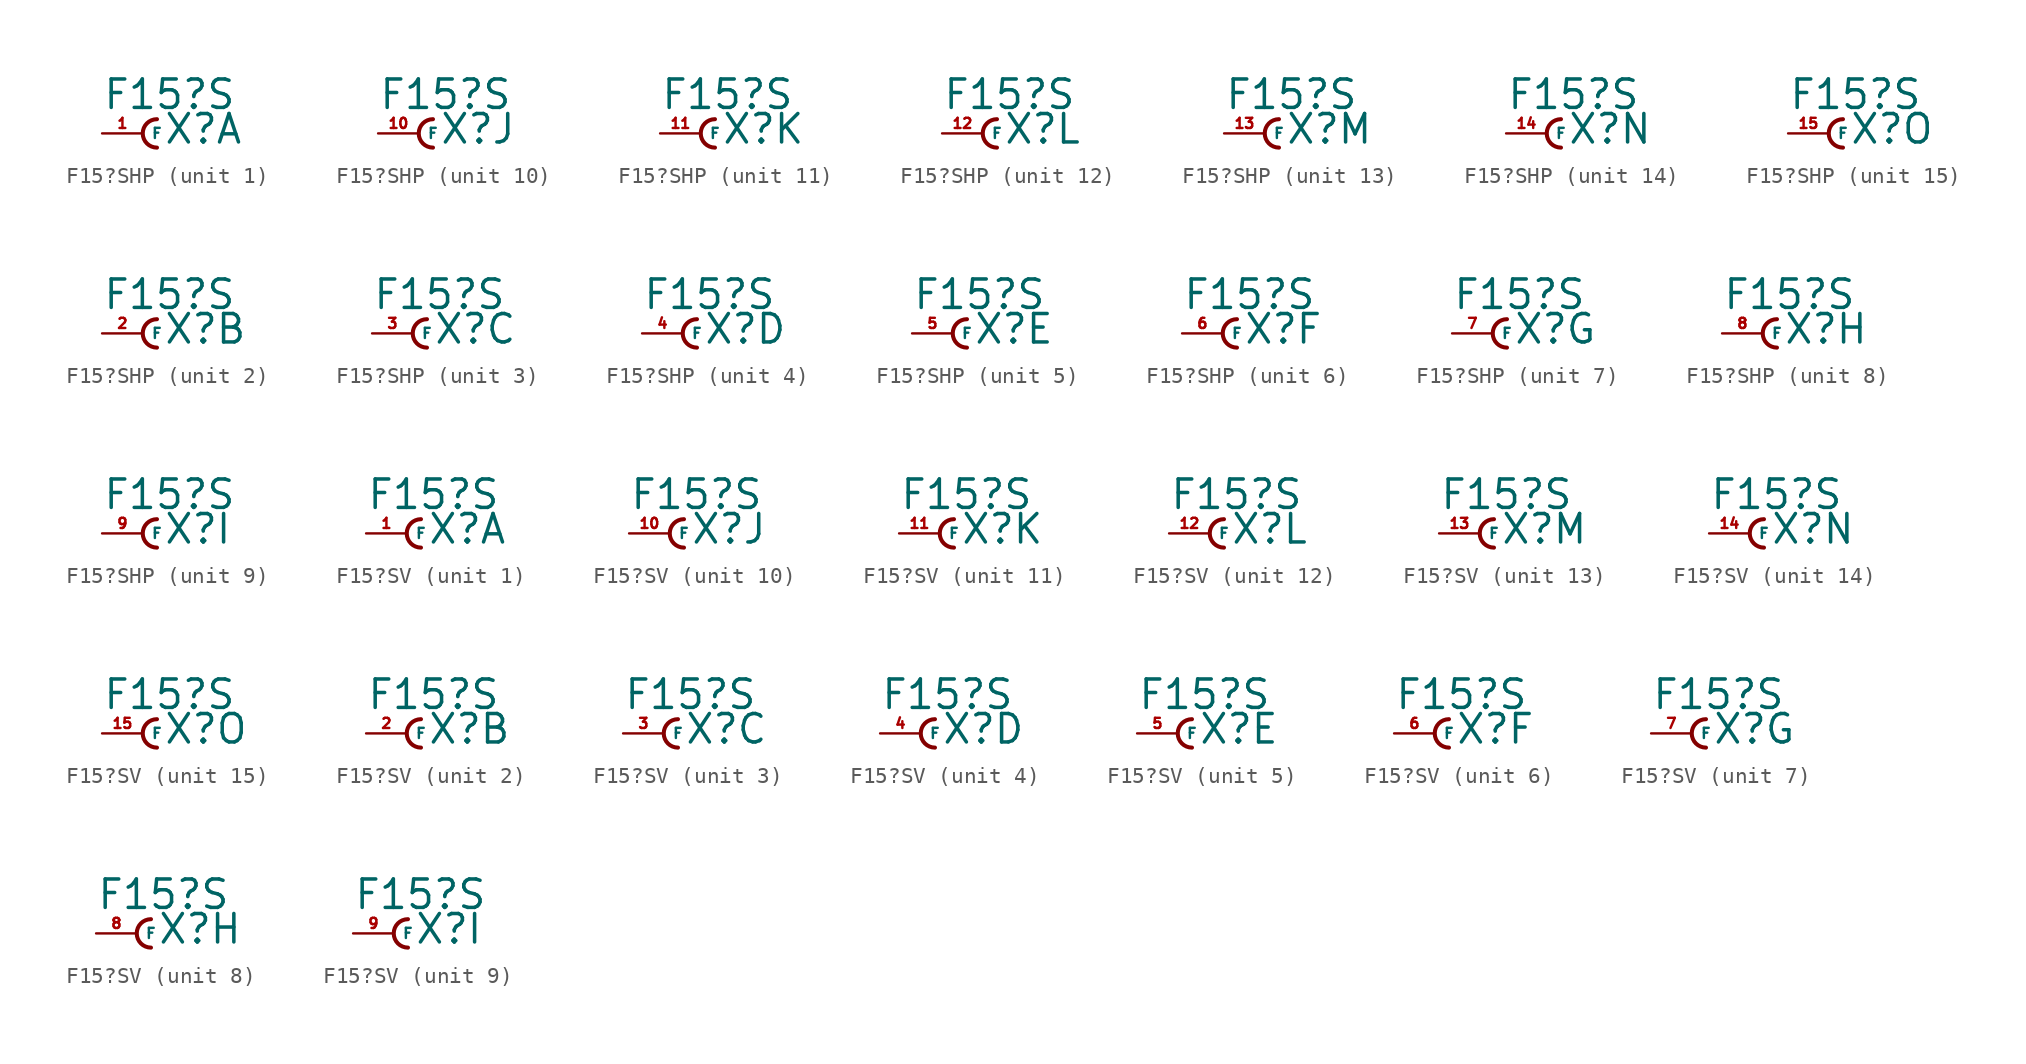
<source format=kicad_sym>
(kicad_symbol_lib
  (version 20220914)
  (generator Eagle2Kicad)
  (symbol "F15?SHP"
    (property "Reference" "X"
      (at 1.27 -0.762 0)
      (effects (font (size 1.778 1.778) (thickness 0.22)) (justify left bottom)))
    (property "Value" "F15?S"
      (at -2.54 1.397 0)
      (effects (font (size 1.778 1.778) (thickness 0.22)) (justify left bottom)))
    (symbol "F15?SHP_1_0"
      (arc (start 0.889 0.889) (mid 0.000 0.000) (end 0.889 -0.889) (stroke (width 0.254) (type default)) (fill (type none)))
      (pin passive line (at -2.54 0 0) (length 2.54) (name "F" (effects (font (size 0.635 0.635) (thickness 0.08)) (justify left bottom))) (number "1" (effects (font (size 0.635 0.635) (thickness 0.08)) (justify left bottom)))))
    (symbol "F15?SHP_2_0"
      (arc (start 0.889 0.889) (mid 0.000 0.000) (end 0.889 -0.889) (stroke (width 0.254) (type default)) (fill (type none)))
      (pin passive line (at -2.54 0 0) (length 2.54) (name "F" (effects (font (size 0.635 0.635) (thickness 0.08)) (justify left bottom))) (number "2" (effects (font (size 0.635 0.635) (thickness 0.08)) (justify left bottom)))))
    (symbol "F15?SHP_3_0"
      (arc (start 0.889 0.889) (mid 0.000 0.000) (end 0.889 -0.889) (stroke (width 0.254) (type default)) (fill (type none)))
      (pin passive line (at -2.54 0 0) (length 2.54) (name "F" (effects (font (size 0.635 0.635) (thickness 0.08)) (justify left bottom))) (number "3" (effects (font (size 0.635 0.635) (thickness 0.08)) (justify left bottom)))))
    (symbol "F15?SHP_4_0"
      (arc (start 0.889 0.889) (mid 0.000 0.000) (end 0.889 -0.889) (stroke (width 0.254) (type default)) (fill (type none)))
      (pin passive line (at -2.54 0 0) (length 2.54) (name "F" (effects (font (size 0.635 0.635) (thickness 0.08)) (justify left bottom))) (number "4" (effects (font (size 0.635 0.635) (thickness 0.08)) (justify left bottom)))))
    (symbol "F15?SHP_5_0"
      (arc (start 0.889 0.889) (mid 0.000 0.000) (end 0.889 -0.889) (stroke (width 0.254) (type default)) (fill (type none)))
      (pin passive line (at -2.54 0 0) (length 2.54) (name "F" (effects (font (size 0.635 0.635) (thickness 0.08)) (justify left bottom))) (number "5" (effects (font (size 0.635 0.635) (thickness 0.08)) (justify left bottom)))))
    (symbol "F15?SHP_6_0"
      (arc (start 0.889 0.889) (mid 0.000 0.000) (end 0.889 -0.889) (stroke (width 0.254) (type default)) (fill (type none)))
      (pin passive line (at -2.54 0 0) (length 2.54) (name "F" (effects (font (size 0.635 0.635) (thickness 0.08)) (justify left bottom))) (number "6" (effects (font (size 0.635 0.635) (thickness 0.08)) (justify left bottom)))))
    (symbol "F15?SHP_7_0"
      (arc (start 0.889 0.889) (mid 0.000 0.000) (end 0.889 -0.889) (stroke (width 0.254) (type default)) (fill (type none)))
      (pin passive line (at -2.54 0 0) (length 2.54) (name "F" (effects (font (size 0.635 0.635) (thickness 0.08)) (justify left bottom))) (number "7" (effects (font (size 0.635 0.635) (thickness 0.08)) (justify left bottom)))))
    (symbol "F15?SHP_8_0"
      (arc (start 0.889 0.889) (mid 0.000 0.000) (end 0.889 -0.889) (stroke (width 0.254) (type default)) (fill (type none)))
      (pin passive line (at -2.54 0 0) (length 2.54) (name "F" (effects (font (size 0.635 0.635) (thickness 0.08)) (justify left bottom))) (number "8" (effects (font (size 0.635 0.635) (thickness 0.08)) (justify left bottom)))))
    (symbol "F15?SHP_9_0"
      (arc (start 0.889 0.889) (mid 0.000 0.000) (end 0.889 -0.889) (stroke (width 0.254) (type default)) (fill (type none)))
      (pin passive line (at -2.54 0 0) (length 2.54) (name "F" (effects (font (size 0.635 0.635) (thickness 0.08)) (justify left bottom))) (number "9" (effects (font (size 0.635 0.635) (thickness 0.08)) (justify left bottom)))))
    (symbol "F15?SHP_10_0"
      (arc (start 0.889 0.889) (mid 0.000 0.000) (end 0.889 -0.889) (stroke (width 0.254) (type default)) (fill (type none)))
      (pin passive line (at -2.54 0 0) (length 2.54) (name "F" (effects (font (size 0.635 0.635) (thickness 0.08)) (justify left bottom))) (number "10" (effects (font (size 0.635 0.635) (thickness 0.08)) (justify left bottom)))))
    (symbol "F15?SHP_11_0"
      (arc (start 0.889 0.889) (mid 0.000 0.000) (end 0.889 -0.889) (stroke (width 0.254) (type default)) (fill (type none)))
      (pin passive line (at -2.54 0 0) (length 2.54) (name "F" (effects (font (size 0.635 0.635) (thickness 0.08)) (justify left bottom))) (number "11" (effects (font (size 0.635 0.635) (thickness 0.08)) (justify left bottom)))))
    (symbol "F15?SHP_12_0"
      (arc (start 0.889 0.889) (mid 0.000 0.000) (end 0.889 -0.889) (stroke (width 0.254) (type default)) (fill (type none)))
      (pin passive line (at -2.54 0 0) (length 2.54) (name "F" (effects (font (size 0.635 0.635) (thickness 0.08)) (justify left bottom))) (number "12" (effects (font (size 0.635 0.635) (thickness 0.08)) (justify left bottom)))))
    (symbol "F15?SHP_13_0"
      (arc (start 0.889 0.889) (mid 0.000 0.000) (end 0.889 -0.889) (stroke (width 0.254) (type default)) (fill (type none)))
      (pin passive line (at -2.54 0 0) (length 2.54) (name "F" (effects (font (size 0.635 0.635) (thickness 0.08)) (justify left bottom))) (number "13" (effects (font (size 0.635 0.635) (thickness 0.08)) (justify left bottom)))))
    (symbol "F15?SHP_14_0"
      (arc (start 0.889 0.889) (mid 0.000 0.000) (end 0.889 -0.889) (stroke (width 0.254) (type default)) (fill (type none)))
      (pin passive line (at -2.54 0 0) (length 2.54) (name "F" (effects (font (size 0.635 0.635) (thickness 0.08)) (justify left bottom))) (number "14" (effects (font (size 0.635 0.635) (thickness 0.08)) (justify left bottom)))))
    (symbol "F15?SHP_15_0"
      (arc (start 0.889 0.889) (mid 0.000 0.000) (end 0.889 -0.889) (stroke (width 0.254) (type default)) (fill (type none)))
      (pin passive line (at -2.54 0 0) (length 2.54) (name "F" (effects (font (size 0.635 0.635) (thickness 0.08)) (justify left bottom))) (number "15" (effects (font (size 0.635 0.635) (thickness 0.08)) (justify left bottom))))))
  (symbol "F15?SV"
    (property "Reference" "X"
      (at 1.27 -0.762 0)
      (effects (font (size 1.778 1.778) (thickness 0.22)) (justify left bottom)))
    (property "Value" "F15?S"
      (at -2.54 1.397 0)
      (effects (font (size 1.778 1.778) (thickness 0.22)) (justify left bottom)))
    (symbol "F15?SV_1_0"
      (arc (start 0.889 0.889) (mid 0.000 0.000) (end 0.889 -0.889) (stroke (width 0.254) (type default)) (fill (type none)))
      (pin passive line (at -2.54 0 0) (length 2.54) (name "F" (effects (font (size 0.635 0.635) (thickness 0.08)) (justify left bottom))) (number "1" (effects (font (size 0.635 0.635) (thickness 0.08)) (justify left bottom)))))
    (symbol "F15?SV_2_0"
      (arc (start 0.889 0.889) (mid 0.000 0.000) (end 0.889 -0.889) (stroke (width 0.254) (type default)) (fill (type none)))
      (pin passive line (at -2.54 0 0) (length 2.54) (name "F" (effects (font (size 0.635 0.635) (thickness 0.08)) (justify left bottom))) (number "2" (effects (font (size 0.635 0.635) (thickness 0.08)) (justify left bottom)))))
    (symbol "F15?SV_3_0"
      (arc (start 0.889 0.889) (mid 0.000 0.000) (end 0.889 -0.889) (stroke (width 0.254) (type default)) (fill (type none)))
      (pin passive line (at -2.54 0 0) (length 2.54) (name "F" (effects (font (size 0.635 0.635) (thickness 0.08)) (justify left bottom))) (number "3" (effects (font (size 0.635 0.635) (thickness 0.08)) (justify left bottom)))))
    (symbol "F15?SV_4_0"
      (arc (start 0.889 0.889) (mid 0.000 0.000) (end 0.889 -0.889) (stroke (width 0.254) (type default)) (fill (type none)))
      (pin passive line (at -2.54 0 0) (length 2.54) (name "F" (effects (font (size 0.635 0.635) (thickness 0.08)) (justify left bottom))) (number "4" (effects (font (size 0.635 0.635) (thickness 0.08)) (justify left bottom)))))
    (symbol "F15?SV_5_0"
      (arc (start 0.889 0.889) (mid 0.000 0.000) (end 0.889 -0.889) (stroke (width 0.254) (type default)) (fill (type none)))
      (pin passive line (at -2.54 0 0) (length 2.54) (name "F" (effects (font (size 0.635 0.635) (thickness 0.08)) (justify left bottom))) (number "5" (effects (font (size 0.635 0.635) (thickness 0.08)) (justify left bottom)))))
    (symbol "F15?SV_6_0"
      (arc (start 0.889 0.889) (mid 0.000 0.000) (end 0.889 -0.889) (stroke (width 0.254) (type default)) (fill (type none)))
      (pin passive line (at -2.54 0 0) (length 2.54) (name "F" (effects (font (size 0.635 0.635) (thickness 0.08)) (justify left bottom))) (number "6" (effects (font (size 0.635 0.635) (thickness 0.08)) (justify left bottom)))))
    (symbol "F15?SV_7_0"
      (arc (start 0.889 0.889) (mid 0.000 0.000) (end 0.889 -0.889) (stroke (width 0.254) (type default)) (fill (type none)))
      (pin passive line (at -2.54 0 0) (length 2.54) (name "F" (effects (font (size 0.635 0.635) (thickness 0.08)) (justify left bottom))) (number "7" (effects (font (size 0.635 0.635) (thickness 0.08)) (justify left bottom)))))
    (symbol "F15?SV_8_0"
      (arc (start 0.889 0.889) (mid 0.000 0.000) (end 0.889 -0.889) (stroke (width 0.254) (type default)) (fill (type none)))
      (pin passive line (at -2.54 0 0) (length 2.54) (name "F" (effects (font (size 0.635 0.635) (thickness 0.08)) (justify left bottom))) (number "8" (effects (font (size 0.635 0.635) (thickness 0.08)) (justify left bottom)))))
    (symbol "F15?SV_9_0"
      (arc (start 0.889 0.889) (mid 0.000 0.000) (end 0.889 -0.889) (stroke (width 0.254) (type default)) (fill (type none)))
      (pin passive line (at -2.54 0 0) (length 2.54) (name "F" (effects (font (size 0.635 0.635) (thickness 0.08)) (justify left bottom))) (number "9" (effects (font (size 0.635 0.635) (thickness 0.08)) (justify left bottom)))))
    (symbol "F15?SV_10_0"
      (arc (start 0.889 0.889) (mid 0.000 0.000) (end 0.889 -0.889) (stroke (width 0.254) (type default)) (fill (type none)))
      (pin passive line (at -2.54 0 0) (length 2.54) (name "F" (effects (font (size 0.635 0.635) (thickness 0.08)) (justify left bottom))) (number "10" (effects (font (size 0.635 0.635) (thickness 0.08)) (justify left bottom)))))
    (symbol "F15?SV_11_0"
      (arc (start 0.889 0.889) (mid 0.000 0.000) (end 0.889 -0.889) (stroke (width 0.254) (type default)) (fill (type none)))
      (pin passive line (at -2.54 0 0) (length 2.54) (name "F" (effects (font (size 0.635 0.635) (thickness 0.08)) (justify left bottom))) (number "11" (effects (font (size 0.635 0.635) (thickness 0.08)) (justify left bottom)))))
    (symbol "F15?SV_12_0"
      (arc (start 0.889 0.889) (mid 0.000 0.000) (end 0.889 -0.889) (stroke (width 0.254) (type default)) (fill (type none)))
      (pin passive line (at -2.54 0 0) (length 2.54) (name "F" (effects (font (size 0.635 0.635) (thickness 0.08)) (justify left bottom))) (number "12" (effects (font (size 0.635 0.635) (thickness 0.08)) (justify left bottom)))))
    (symbol "F15?SV_13_0"
      (arc (start 0.889 0.889) (mid 0.000 0.000) (end 0.889 -0.889) (stroke (width 0.254) (type default)) (fill (type none)))
      (pin passive line (at -2.54 0 0) (length 2.54) (name "F" (effects (font (size 0.635 0.635) (thickness 0.08)) (justify left bottom))) (number "13" (effects (font (size 0.635 0.635) (thickness 0.08)) (justify left bottom)))))
    (symbol "F15?SV_14_0"
      (arc (start 0.889 0.889) (mid 0.000 0.000) (end 0.889 -0.889) (stroke (width 0.254) (type default)) (fill (type none)))
      (pin passive line (at -2.54 0 0) (length 2.54) (name "F" (effects (font (size 0.635 0.635) (thickness 0.08)) (justify left bottom))) (number "14" (effects (font (size 0.635 0.635) (thickness 0.08)) (justify left bottom)))))
    (symbol "F15?SV_15_0"
      (arc (start 0.889 0.889) (mid 0.000 0.000) (end 0.889 -0.889) (stroke (width 0.254) (type default)) (fill (type none)))
      (pin passive line (at -2.54 0 0) (length 2.54) (name "F" (effects (font (size 0.635 0.635) (thickness 0.08)) (justify left bottom))) (number "15" (effects (font (size 0.635 0.635) (thickness 0.08)) (justify left bottom)))))))
</source>
